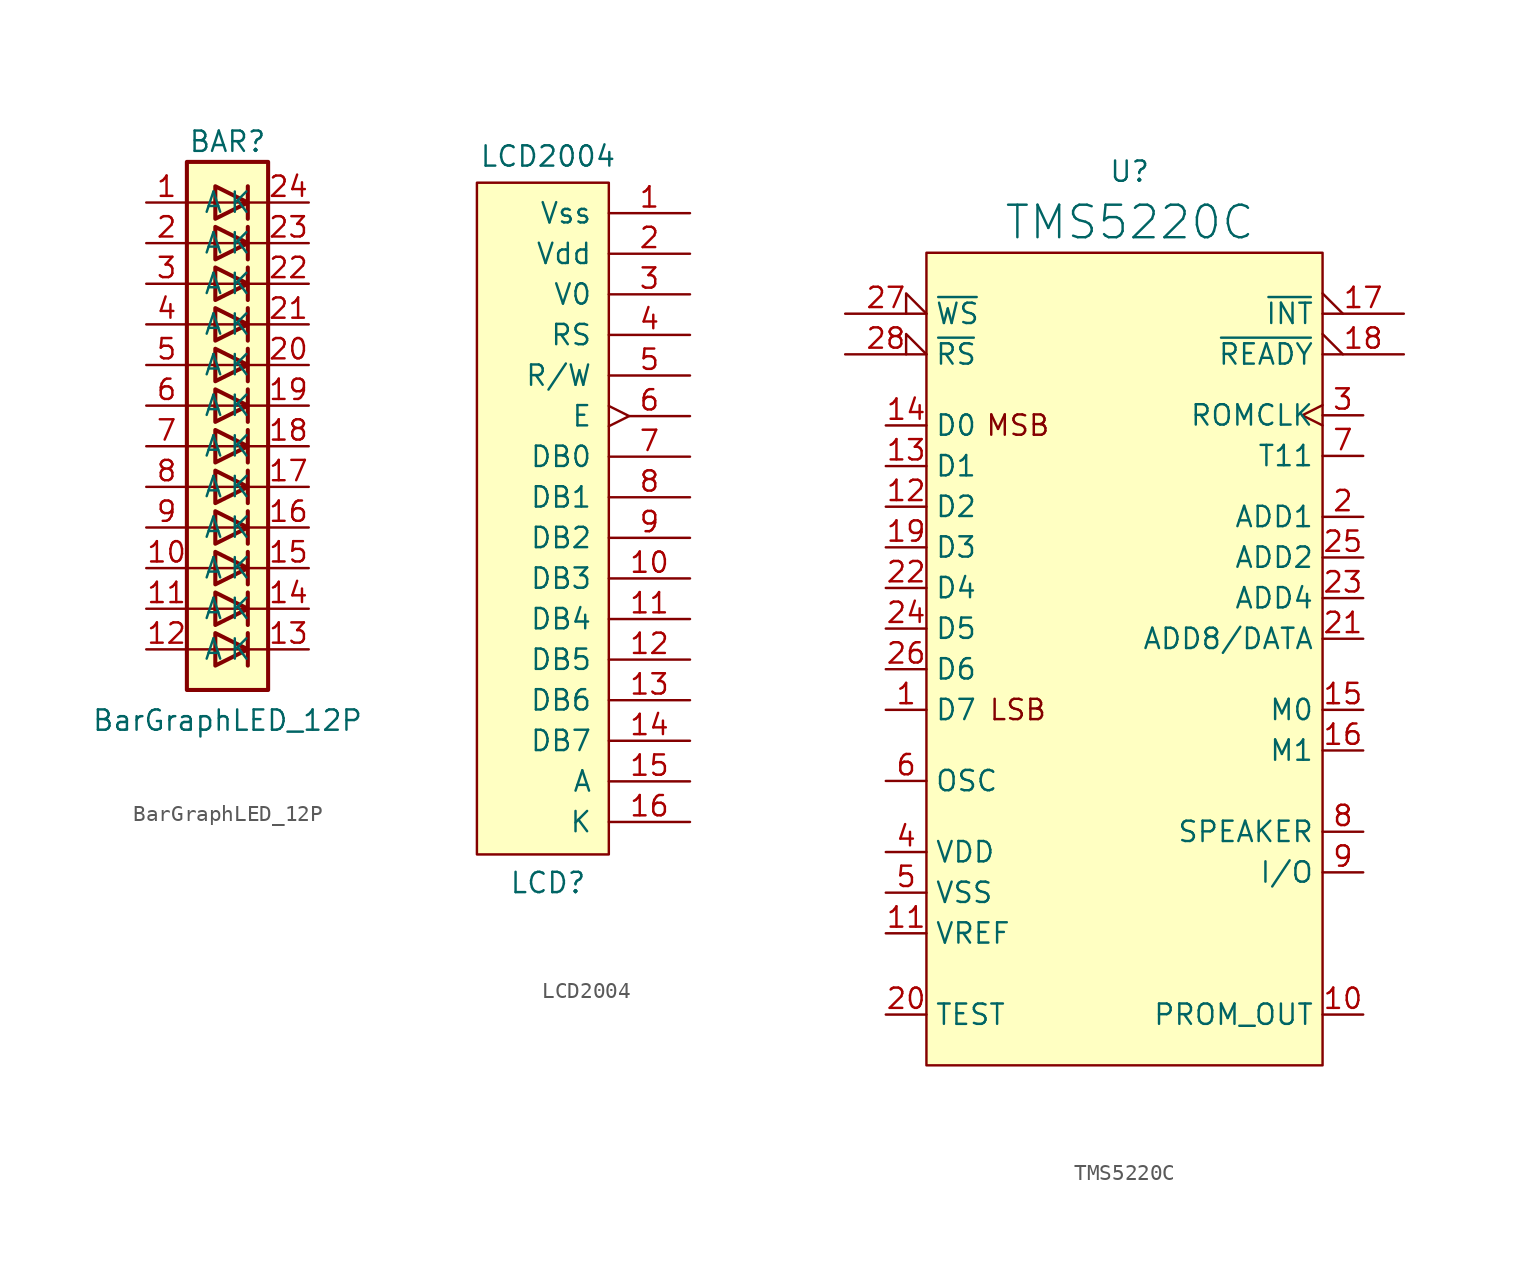
<source format=kicad_sym>
(kicad_symbol_lib
  (version 20211014)
  (generator kicad_symbol_editor)
  (symbol "BarGraphLED_12P"
    (pin_names
      (offset 1.016))
    (property "Reference" "BAR"
      (at 0 13.97 0)
      (effects (font (size 1.27 1.27))))
    (property "Value" "BarGraphLED_12P"
      (at 0 -22.225 0)
      (effects (font (size 1.27 1.27))))
    (symbol "BarGraphLED_12P_0_0"
      (pin passive line (at -5.08 -12.7 0) (length 2.54) (name "A" (effects (font (size 1.27 1.27)))) (number "10" (effects (font (size 1.27 1.27)))))
      (pin passive line (at -5.08 -15.24 0) (length 2.54) (name "A" (effects (font (size 1.27 1.27)))) (number "11" (effects (font (size 1.27 1.27)))))
      (pin passive line (at -5.08 -17.78 0) (length 2.54) (name "A" (effects (font (size 1.27 1.27)))) (number "12" (effects (font (size 1.27 1.27)))))
      (pin passive line (at 5.08 -17.78 180) (length 2.54) (name "K" (effects (font (size 1.27 1.27)))) (number "13" (effects (font (size 1.27 1.27)))))
      (pin passive line (at 5.08 -15.24 180) (length 2.54) (name "K" (effects (font (size 1.27 1.27)))) (number "14" (effects (font (size 1.27 1.27)))))
      (pin passive line (at 5.08 -12.7 180) (length 2.54) (name "K" (effects (font (size 1.27 1.27)))) (number "15" (effects (font (size 1.27 1.27)))))
      (pin passive line (at 5.08 -10.16 180) (length 2.54) (name "K" (effects (font (size 1.27 1.27)))) (number "16" (effects (font (size 1.27 1.27)))))
      (pin passive line (at -5.08 -10.16 0) (length 2.54) (name "A" (effects (font (size 1.27 1.27)))) (number "9" (effects (font (size 1.27 1.27))))))
    (symbol "BarGraphLED_12P_0_1"
      (rectangle (start -2.54 -17.78) (end 2.54 -17.78) (stroke (width 0) (type default) (color 0 0 0 0)) (fill (type none)))
      (rectangle (start -2.54 -15.24) (end 2.54 -15.24) (stroke (width 0) (type default) (color 0 0 0 0)) (fill (type none)))
      (rectangle (start -2.54 -12.7) (end 2.54 -12.7) (stroke (width 0) (type default) (color 0 0 0 0)) (fill (type none)))
      (rectangle (start -2.54 -10.16) (end 2.54 -10.16) (stroke (width 0) (type default) (color 0 0 0 0)) (fill (type none))))
    (symbol "BarGraphLED_12P_1_1"
      (rectangle (start -2.54 12.7) (end 2.54 -20.32) (stroke (width 0.254) (type default) (color 0 0 0 0)) (fill (type background)))
      (polyline (pts (xy -2.54 -7.62) (xy 2.54 -7.62)) (stroke (width 0) (type default) (color 0 0 0 0)) (fill (type none)))
      (polyline (pts (xy -2.54 -5.08) (xy 2.54 -5.08)) (stroke (width 0) (type default) (color 0 0 0 0)) (fill (type none)))
      (polyline (pts (xy -2.54 0) (xy 2.54 0)) (stroke (width 0) (type default) (color 0 0 0 0)) (fill (type none)))
      (polyline (pts (xy -2.54 5.08) (xy 2.54 5.08)) (stroke (width 0) (type default) (color 0 0 0 0)) (fill (type none)))
      (polyline (pts (xy -2.54 7.62) (xy 2.54 7.62)) (stroke (width 0) (type default) (color 0 0 0 0)) (fill (type none)))
      (polyline (pts (xy -2.54 10.16) (xy 2.54 10.16)) (stroke (width 0) (type default) (color 0 0 0 0)) (fill (type none)))
      (polyline (pts (xy 1.27 -16.764) (xy 1.27 -18.796)) (stroke (width 0.254) (type default) (color 0 0 0 0)) (fill (type none)))
      (polyline (pts (xy 1.27 -14.224) (xy 1.27 -16.256)) (stroke (width 0.254) (type default) (color 0 0 0 0)) (fill (type none)))
      (polyline (pts (xy 1.27 -11.684) (xy 1.27 -13.716)) (stroke (width 0.254) (type default) (color 0 0 0 0)) (fill (type none)))
      (polyline (pts (xy 1.27 -9.144) (xy 1.27 -11.176)) (stroke (width 0.254) (type default) (color 0 0 0 0)) (fill (type none)))
      (polyline (pts (xy 1.27 -6.604) (xy 1.27 -8.636)) (stroke (width 0.254) (type default) (color 0 0 0 0)) (fill (type none)))
      (polyline (pts (xy 1.27 -4.064) (xy 1.27 -6.096)) (stroke (width 0.254) (type default) (color 0 0 0 0)) (fill (type none)))
      (polyline (pts (xy 1.27 -1.524) (xy 1.27 -3.556)) (stroke (width 0.254) (type default) (color 0 0 0 0)) (fill (type none)))
      (polyline (pts (xy 1.27 1.016) (xy 1.27 -1.016)) (stroke (width 0.254) (type default) (color 0 0 0 0)) (fill (type none)))
      (polyline (pts (xy 1.27 3.556) (xy 1.27 1.524)) (stroke (width 0.254) (type default) (color 0 0 0 0)) (fill (type none)))
      (polyline (pts (xy 1.27 6.096) (xy 1.27 4.064)) (stroke (width 0.254) (type default) (color 0 0 0 0)) (fill (type none)))
      (polyline (pts (xy 1.27 8.636) (xy 1.27 6.604)) (stroke (width 0.254) (type default) (color 0 0 0 0)) (fill (type none)))
      (polyline (pts (xy 1.27 11.176) (xy 1.27 9.144)) (stroke (width 0.254) (type default) (color 0 0 0 0)) (fill (type none)))
      (polyline (pts (xy 2.54 -2.54) (xy -2.54 -2.54)) (stroke (width 0) (type default) (color 0 0 0 0)) (fill (type none)))
      (polyline (pts (xy 2.54 2.54) (xy -2.54 2.54)) (stroke (width 0) (type default) (color 0 0 0 0)) (fill (type none)))
      (polyline (pts (xy -0.762 -16.764) (xy -0.762 -18.796) (xy 1.27 -17.78) (xy -0.762 -16.764)) (stroke (width 0.254) (type default) (color 0 0 0 0)) (fill (type none)))
      (polyline (pts (xy -0.762 -14.224) (xy -0.762 -16.256) (xy 1.27 -15.24) (xy -0.762 -14.224)) (stroke (width 0.254) (type default) (color 0 0 0 0)) (fill (type none)))
      (polyline (pts (xy -0.762 -11.684) (xy -0.762 -13.716) (xy 1.27 -12.7) (xy -0.762 -11.684)) (stroke (width 0.254) (type default) (color 0 0 0 0)) (fill (type none)))
      (polyline (pts (xy -0.762 -9.144) (xy -0.762 -11.176) (xy 1.27 -10.16) (xy -0.762 -9.144)) (stroke (width 0.254) (type default) (color 0 0 0 0)) (fill (type none)))
      (polyline (pts (xy -0.762 -6.604) (xy -0.762 -8.636) (xy 1.27 -7.62) (xy -0.762 -6.604)) (stroke (width 0.254) (type default) (color 0 0 0 0)) (fill (type none)))
      (polyline (pts (xy -0.762 -4.064) (xy -0.762 -6.096) (xy 1.27 -5.08) (xy -0.762 -4.064)) (stroke (width 0.254) (type default) (color 0 0 0 0)) (fill (type none)))
      (polyline (pts (xy -0.762 -1.524) (xy -0.762 -3.556) (xy 1.27 -2.54) (xy -0.762 -1.524)) (stroke (width 0.254) (type default) (color 0 0 0 0)) (fill (type none)))
      (polyline (pts (xy -0.762 1.016) (xy -0.762 -1.016) (xy 1.27 0) (xy -0.762 1.016)) (stroke (width 0.254) (type default) (color 0 0 0 0)) (fill (type none)))
      (polyline (pts (xy -0.762 3.556) (xy -0.762 1.524) (xy 1.27 2.54) (xy -0.762 3.556)) (stroke (width 0.254) (type default) (color 0 0 0 0)) (fill (type none)))
      (polyline (pts (xy -0.762 6.096) (xy -0.762 4.064) (xy 1.27 5.08) (xy -0.762 6.096)) (stroke (width 0.254) (type default) (color 0 0 0 0)) (fill (type none)))
      (polyline (pts (xy -0.762 8.636) (xy -0.762 6.604) (xy 1.27 7.62) (xy -0.762 8.636)) (stroke (width 0.254) (type default) (color 0 0 0 0)) (fill (type none)))
      (polyline (pts (xy -0.762 11.176) (xy -0.762 9.144) (xy 1.27 10.16) (xy -0.762 11.176)) (stroke (width 0.254) (type default) (color 0 0 0 0)) (fill (type none)))
      (pin passive line (at -5.08 10.16 0) (length 2.54) (name "A" (effects (font (size 1.27 1.27)))) (number "1" (effects (font (size 1.27 1.27)))))
      (pin passive line (at 5.08 -7.62 180) (length 2.54) (name "K" (effects (font (size 1.27 1.27)))) (number "17" (effects (font (size 1.27 1.27)))))
      (pin passive line (at 5.08 -5.08 180) (length 2.54) (name "K" (effects (font (size 1.27 1.27)))) (number "18" (effects (font (size 1.27 1.27)))))
      (pin passive line (at 5.08 -2.54 180) (length 2.54) (name "K" (effects (font (size 1.27 1.27)))) (number "19" (effects (font (size 1.27 1.27)))))
      (pin passive line (at -5.08 7.62 0) (length 2.54) (name "A" (effects (font (size 1.27 1.27)))) (number "2" (effects (font (size 1.27 1.27)))))
      (pin passive line (at 5.08 0 180) (length 2.54) (name "K" (effects (font (size 1.27 1.27)))) (number "20" (effects (font (size 1.27 1.27)))))
      (pin passive line (at 5.08 2.54 180) (length 2.54) (name "K" (effects (font (size 1.27 1.27)))) (number "21" (effects (font (size 1.27 1.27)))))
      (pin passive line (at 5.08 5.08 180) (length 2.54) (name "K" (effects (font (size 1.27 1.27)))) (number "22" (effects (font (size 1.27 1.27)))))
      (pin passive line (at 5.08 7.62 180) (length 2.54) (name "K" (effects (font (size 1.27 1.27)))) (number "23" (effects (font (size 1.27 1.27)))))
      (pin passive line (at 5.08 10.16 180) (length 2.54) (name "K" (effects (font (size 1.27 1.27)))) (number "24" (effects (font (size 1.27 1.27)))))
      (pin passive line (at -5.08 5.08 0) (length 2.54) (name "A" (effects (font (size 1.27 1.27)))) (number "3" (effects (font (size 1.27 1.27)))))
      (pin passive line (at -5.08 2.54 0) (length 2.54) (name "A" (effects (font (size 1.27 1.27)))) (number "4" (effects (font (size 1.27 1.27)))))
      (pin passive line (at -5.08 0 0) (length 2.54) (name "A" (effects (font (size 1.27 1.27)))) (number "5" (effects (font (size 1.27 1.27)))))
      (pin passive line (at -5.08 -2.54 0) (length 2.54) (name "A" (effects (font (size 1.27 1.27)))) (number "6" (effects (font (size 1.27 1.27)))))
      (pin passive line (at -5.08 -5.08 0) (length 2.54) (name "A" (effects (font (size 1.27 1.27)))) (number "7" (effects (font (size 1.27 1.27)))))
      (pin passive line (at -5.08 -7.62 0) (length 2.54) (name "A" (effects (font (size 1.27 1.27)))) (number "8" (effects (font (size 1.27 1.27)))))))
  (symbol "LCD2004"
    (pin_names
      (offset 1.016))
    (property "Reference" "LCD"
      (at 0 -22.86 0)
      (effects (font (size 1.27 1.27))))
    (property "Value" "LCD2004"
      (at 0 22.606 0)
      (effects (font (size 1.27 1.27))))
    (symbol "LCD2004_0_0"
      (pin power_in line (at 8.89 19.05 180) (length 5.08) (name "Vss" (effects (font (size 1.27 1.27)))) (number "1" (effects (font (size 1.27 1.27)))))
      (pin bidirectional line (at 8.89 -3.81 180) (length 5.08) (name "DB3" (effects (font (size 1.27 1.27)))) (number "10" (effects (font (size 1.27 1.27)))))
      (pin bidirectional line (at 8.89 -6.35 180) (length 5.08) (name "DB4" (effects (font (size 1.27 1.27)))) (number "11" (effects (font (size 1.27 1.27)))))
      (pin bidirectional line (at 8.89 -8.89 180) (length 5.08) (name "DB5" (effects (font (size 1.27 1.27)))) (number "12" (effects (font (size 1.27 1.27)))))
      (pin bidirectional line (at 8.89 -11.43 180) (length 5.08) (name "DB6" (effects (font (size 1.27 1.27)))) (number "13" (effects (font (size 1.27 1.27)))))
      (pin bidirectional line (at 8.89 -13.97 180) (length 5.08) (name "DB7" (effects (font (size 1.27 1.27)))) (number "14" (effects (font (size 1.27 1.27)))))
      (pin power_in line (at 8.89 -16.51 180) (length 5.08) (name "A" (effects (font (size 1.27 1.27)))) (number "15" (effects (font (size 1.27 1.27)))))
      (pin power_in line (at 8.89 -19.05 180) (length 5.08) (name "K" (effects (font (size 1.27 1.27)))) (number "16" (effects (font (size 1.27 1.27)))))
      (pin power_in line (at 8.89 16.51 180) (length 5.08) (name "Vdd" (effects (font (size 1.27 1.27)))) (number "2" (effects (font (size 1.27 1.27)))))
      (pin input line (at 8.89 13.97 180) (length 5.08) (name "V0" (effects (font (size 1.27 1.27)))) (number "3" (effects (font (size 1.27 1.27)))))
      (pin input line (at 8.89 11.43 180) (length 5.08) (name "RS" (effects (font (size 1.27 1.27)))) (number "4" (effects (font (size 1.27 1.27)))))
      (pin input line (at 8.89 8.89 180) (length 5.08) (name "R/W" (effects (font (size 1.27 1.27)))) (number "5" (effects (font (size 1.27 1.27)))))
      (pin input edge_clock_high (at 8.89 6.35 180) (length 5.08) (name "E" (effects (font (size 1.27 1.27)))) (number "6" (effects (font (size 1.27 1.27)))))
      (pin bidirectional line (at 8.89 3.81 180) (length 5.08) (name "DB0" (effects (font (size 1.27 1.27)))) (number "7" (effects (font (size 1.27 1.27)))))
      (pin bidirectional line (at 8.89 1.27 180) (length 5.08) (name "DB1" (effects (font (size 1.27 1.27)))) (number "8" (effects (font (size 1.27 1.27)))))
      (pin bidirectional line (at 8.89 -1.27 180) (length 5.08) (name "DB2" (effects (font (size 1.27 1.27)))) (number "9" (effects (font (size 1.27 1.27))))))
    (symbol "LCD2004_0_1"
      (rectangle (start 3.81 20.955) (end -4.445 -21.082) (stroke (width 0) (type default) (color 0 0 0 0)) (fill (type background)))))
  (symbol "TMS5220C"
    (property "Reference" "U"
      (at 0.635 26.035 0)
      (effects (font (size 1.27 1.27))))
    (property "Value" "TMS5220C"
      (at 0.635 22.86 0)
      (effects (font (size 2.032 2.032))))
    (symbol "TMS5220C_0_0"
      (text "LSB" (at -6.35 -7.62 0) (effects (font (size 1.27 1.27))))
      (text "MSB" (at -6.35 10.16 0) (effects (font (size 1.27 1.27))))
      (pin bidirectional line (at -14.605 -7.62 0) (length 2.54) (name "D7" (effects (font (size 1.27 1.27)))) (number "1" (effects (font (size 1.27 1.27)))))
      (pin output line (at 15.24 -26.67 180) (length 2.54) (name "PROM_OUT" (effects (font (size 1.27 1.27)))) (number "10" (effects (font (size 1.27 1.27)))))
      (pin power_in line (at -14.605 -21.59 0) (length 2.54) (name "VREF" (effects (font (size 1.27 1.27)))) (number "11" (effects (font (size 1.27 1.27)))))
      (pin bidirectional line (at -14.605 5.08 0) (length 2.54) (name "D2" (effects (font (size 1.27 1.27)))) (number "12" (effects (font (size 1.27 1.27)))))
      (pin bidirectional line (at -14.605 7.62 0) (length 2.54) (name "D1" (effects (font (size 1.27 1.27)))) (number "13" (effects (font (size 1.27 1.27)))))
      (pin bidirectional line (at -14.605 10.16 0) (length 2.54) (name "D0" (effects (font (size 1.27 1.27)))) (number "14" (effects (font (size 1.27 1.27)))))
      (pin output line (at 15.24 -7.62 180) (length 2.54) (name "M0" (effects (font (size 1.27 1.27)))) (number "15" (effects (font (size 1.27 1.27)))))
      (pin output line (at 15.24 -10.16 180) (length 2.54) (name "M1" (effects (font (size 1.27 1.27)))) (number "16" (effects (font (size 1.27 1.27)))))
      (pin output output_low (at 17.78 17.145 180) (length 5.08) (name "~{INT}" (effects (font (size 1.27 1.27)))) (number "17" (effects (font (size 1.27 1.27)))))
      (pin output output_low (at 17.78 14.605 180) (length 5.08) (name "~{READY}" (effects (font (size 1.27 1.27)))) (number "18" (effects (font (size 1.27 1.27)))))
      (pin bidirectional line (at -14.605 2.54 0) (length 2.54) (name "D3" (effects (font (size 1.27 1.27)))) (number "19" (effects (font (size 1.27 1.27)))))
      (pin output line (at 15.24 4.445 180) (length 2.54) (name "ADD1" (effects (font (size 1.27 1.27)))) (number "2" (effects (font (size 1.27 1.27)))))
      (pin input line (at -14.605 -26.67 0) (length 2.54) (name "TEST" (effects (font (size 1.27 1.27)))) (number "20" (effects (font (size 1.27 1.27)))))
      (pin output line (at 15.24 -3.175 180) (length 2.54) (name "ADD8/DATA" (effects (font (size 1.27 1.27)))) (number "21" (effects (font (size 1.27 1.27)))))
      (pin bidirectional line (at -14.605 0 0) (length 2.54) (name "D4" (effects (font (size 1.27 1.27)))) (number "22" (effects (font (size 1.27 1.27)))))
      (pin output line (at 15.24 -0.635 180) (length 2.54) (name "ADD4" (effects (font (size 1.27 1.27)))) (number "23" (effects (font (size 1.27 1.27)))))
      (pin bidirectional line (at -14.605 -2.54 0) (length 2.54) (name "D5" (effects (font (size 1.27 1.27)))) (number "24" (effects (font (size 1.27 1.27)))))
      (pin output line (at 15.24 1.905 180) (length 2.54) (name "ADD2" (effects (font (size 1.27 1.27)))) (number "25" (effects (font (size 1.27 1.27)))))
      (pin bidirectional line (at -14.605 -5.08 0) (length 2.54) (name "D6" (effects (font (size 1.27 1.27)))) (number "26" (effects (font (size 1.27 1.27)))))
      (pin input input_low (at -17.145 17.145 0) (length 5.08) (name "~{WS}" (effects (font (size 1.27 1.27)))) (number "27" (effects (font (size 1.27 1.27)))))
      (pin input input_low (at -17.145 14.605 0) (length 5.08) (name "~{RS}" (effects (font (size 1.27 1.27)))) (number "28" (effects (font (size 1.27 1.27)))))
      (pin output clock (at 15.24 10.795 180) (length 2.54) (name "ROMCLK" (effects (font (size 1.27 1.27)))) (number "3" (effects (font (size 1.27 1.27)))))
      (pin power_in line (at -14.605 -16.51 0) (length 2.54) (name "VDD" (effects (font (size 1.27 1.27)))) (number "4" (effects (font (size 1.27 1.27)))))
      (pin power_in line (at -14.605 -19.05 0) (length 2.54) (name "VSS" (effects (font (size 1.27 1.27)))) (number "5" (effects (font (size 1.27 1.27)))))
      (pin input line (at -14.605 -12.065 0) (length 2.54) (name "OSC" (effects (font (size 1.27 1.27)))) (number "6" (effects (font (size 1.27 1.27)))))
      (pin output line (at 15.24 8.255 180) (length 2.54) (name "T11" (effects (font (size 1.27 1.27)))) (number "7" (effects (font (size 1.27 1.27)))))
      (pin output line (at 15.24 -15.24 180) (length 2.54) (name "SPEAKER" (effects (font (size 1.27 1.27)))) (number "8" (effects (font (size 1.27 1.27)))))
      (pin output line (at 15.24 -17.78 180) (length 2.54) (name "I/O" (effects (font (size 1.27 1.27)))) (number "9" (effects (font (size 1.27 1.27))))))
    (symbol "TMS5220C_0_1"
      (rectangle (start -12.065 20.955) (end 12.7 -29.845) (stroke (width 0.152) (type default) (color 0 0 0 0)) (fill (type background))))))
</source>
